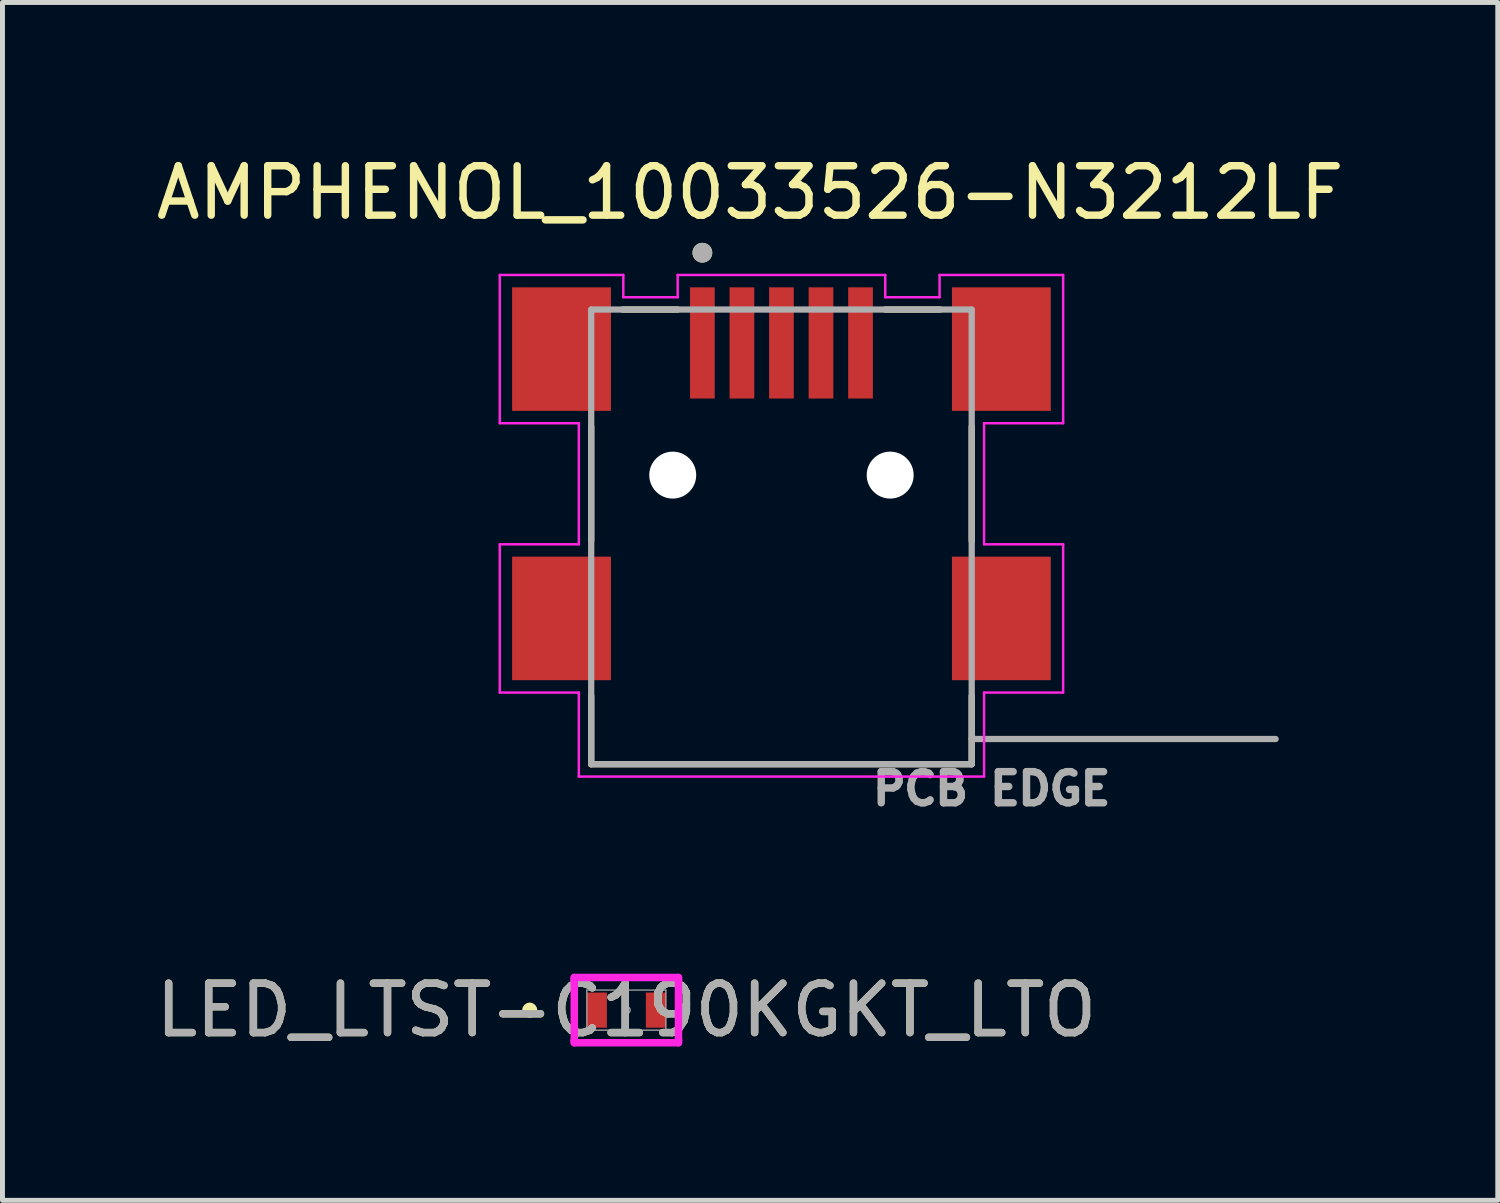
<source format=kicad_pcb>
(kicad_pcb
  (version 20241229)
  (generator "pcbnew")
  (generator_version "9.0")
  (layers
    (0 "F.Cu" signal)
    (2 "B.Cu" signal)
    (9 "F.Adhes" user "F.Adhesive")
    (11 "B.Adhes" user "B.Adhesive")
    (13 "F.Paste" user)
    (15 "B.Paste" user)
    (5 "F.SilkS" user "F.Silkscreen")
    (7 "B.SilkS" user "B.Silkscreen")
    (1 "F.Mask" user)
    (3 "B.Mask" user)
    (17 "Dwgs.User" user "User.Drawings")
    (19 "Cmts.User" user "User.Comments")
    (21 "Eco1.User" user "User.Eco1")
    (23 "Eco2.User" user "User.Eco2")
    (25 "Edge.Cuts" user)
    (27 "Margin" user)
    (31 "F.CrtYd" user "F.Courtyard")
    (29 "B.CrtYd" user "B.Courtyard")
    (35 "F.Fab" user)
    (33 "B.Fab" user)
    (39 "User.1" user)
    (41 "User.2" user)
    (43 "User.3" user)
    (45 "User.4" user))
  (footprint "AMPHENOL_10033526-N3212LF"
    (layer "F.Cu")
    (at 12.763 6.564)
    (property "Reference" "AMPHENOL_10033526-N3212LF" (at -0.634 -5.715 0) (layer "F.SilkS") (effects (font (size 1 1) (thickness 0.15))))
    (attr smd)
    (fp_line (start -3.85 1.33) (end -3.85 -0.98) (stroke (width 0.127) (type solid)) (layer "F.SilkS"))
    (fp_line (start -3.85 4.47) (end -3.85 5.85) (stroke (width 0.127) (type solid)) (layer "F.SilkS"))
    (fp_line (start -3.85 5.85) (end 3.85 5.85) (stroke (width 0.127) (type solid)) (layer "F.SilkS"))
    (fp_line (start -3.21 -3.35) (end -2.1 -3.35) (stroke (width 0.127) (type solid)) (layer "F.SilkS"))
    (fp_line (start 2.1 -3.35) (end 3.21 -3.35) (stroke (width 0.127) (type solid)) (layer "F.SilkS"))
    (fp_line (start 3.85 1.33) (end 3.85 -0.98) (stroke (width 0.127) (type solid)) (layer "F.SilkS"))
    (fp_line (start 3.85 5.85) (end 3.85 4.47) (stroke (width 0.127) (type solid)) (layer "F.SilkS"))
    (fp_circle (center -1.6 -4.5) (end -1.5 -4.5) (stroke (width 0.2) (type solid)) (fill no) (layer "F.SilkS"))
    (fp_line (start -5.7 -4.05) (end -3.2 -4.05) (stroke (width 0.05) (type solid)) (layer "F.CrtYd"))
    (fp_line (start -5.7 -1.05) (end -5.7 -4.05) (stroke (width 0.05) (type solid)) (layer "F.CrtYd"))
    (fp_line (start -5.7 1.4) (end -4.1 1.4) (stroke (width 0.05) (type solid)) (layer "F.CrtYd"))
    (fp_line (start -5.7 4.4) (end -5.7 1.4) (stroke (width 0.05) (type solid)) (layer "F.CrtYd"))
    (fp_line (start -4.1 -1.05) (end -5.7 -1.05) (stroke (width 0.05) (type solid)) (layer "F.CrtYd"))
    (fp_line (start -4.1 1.4) (end -4.1 -1.05) (stroke (width 0.05) (type solid)) (layer "F.CrtYd"))
    (fp_line (start -4.1 4.4) (end -5.7 4.4) (stroke (width 0.05) (type solid)) (layer "F.CrtYd"))
    (fp_line (start -4.1 6.1) (end -4.1 4.4) (stroke (width 0.05) (type solid)) (layer "F.CrtYd"))
    (fp_line (start -3.2 -4.05) (end -3.2 -3.6) (stroke (width 0.05) (type solid)) (layer "F.CrtYd"))
    (fp_line (start -3.2 -3.6) (end -2.1 -3.6) (stroke (width 0.05) (type solid)) (layer "F.CrtYd"))
    (fp_line (start -2.1 -4.05) (end 2.1 -4.05) (stroke (width 0.05) (type solid)) (layer "F.CrtYd"))
    (fp_line (start -2.1 -3.6) (end -2.1 -4.05) (stroke (width 0.05) (type solid)) (layer "F.CrtYd"))
    (fp_line (start 2.1 -4.05) (end 2.1 -3.6) (stroke (width 0.05) (type solid)) (layer "F.CrtYd"))
    (fp_line (start 2.1 -3.6) (end 3.2 -3.6) (stroke (width 0.05) (type solid)) (layer "F.CrtYd"))
    (fp_line (start 3.2 -4.05) (end 5.7 -4.05) (stroke (width 0.05) (type solid)) (layer "F.CrtYd"))
    (fp_line (start 3.2 -3.6) (end 3.2 -4.05) (stroke (width 0.05) (type solid)) (layer "F.CrtYd"))
    (fp_line (start 4.1 -1.05) (end 4.1 1.4) (stroke (width 0.05) (type solid)) (layer "F.CrtYd"))
    (fp_line (start 4.1 1.4) (end 5.7 1.4) (stroke (width 0.05) (type solid)) (layer "F.CrtYd"))
    (fp_line (start 4.1 4.4) (end 4.1 6.1) (stroke (width 0.05) (type solid)) (layer "F.CrtYd"))
    (fp_line (start 4.1 6.1) (end -4.1 6.1) (stroke (width 0.05) (type solid)) (layer "F.CrtYd"))
    (fp_line (start 5.7 -4.05) (end 5.7 -1.05) (stroke (width 0.05) (type solid)) (layer "F.CrtYd"))
    (fp_line (start 5.7 -1.05) (end 4.1 -1.05) (stroke (width 0.05) (type solid)) (layer "F.CrtYd"))
    (fp_line (start 5.7 1.4) (end 5.7 4.4) (stroke (width 0.05) (type solid)) (layer "F.CrtYd"))
    (fp_line (start 5.7 4.4) (end 4.1 4.4) (stroke (width 0.05) (type solid)) (layer "F.CrtYd"))
    (fp_line (start -3.85 -3.35) (end 3.85 -3.35) (stroke (width 0.127) (type solid)) (layer "F.Fab"))
    (fp_line (start -3.85 5.85) (end -3.85 -3.35) (stroke (width 0.127) (type solid)) (layer "F.Fab"))
    (fp_line (start 3.85 -3.35) (end 3.85 5.34) (stroke (width 0.127) (type solid)) (layer "F.Fab"))
    (fp_line (start 3.85 5.34) (end 3.85 5.85) (stroke (width 0.127) (type solid)) (layer "F.Fab"))
    (fp_line (start 3.85 5.34) (end 10 5.34) (stroke (width 0.127) (type solid)) (layer "F.Fab"))
    (fp_line (start 3.85 5.85) (end -3.85 5.85) (stroke (width 0.127) (type solid)) (layer "F.Fab"))
    (fp_circle (center -1.6 -4.5) (end -1.5 -4.5) (stroke (width 0.2) (type solid)) (fill no) (layer "F.Fab"))
    (fp_text user "PCB EDGE" (at 4.254 6.347 0) (layer "F.Fab") (effects (font (size 0.63 0.63) (thickness 0.15))))
    (pad "" np_thru_hole circle (at -2.2 0) (size 0.95 0.95) (drill 0.95) (layers "*.Cu" "*.Mask"))
    (pad "" np_thru_hole circle (at 2.2 0) (size 0.95 0.95) (drill 0.95) (layers "*.Cu" "*.Mask"))
    (pad "1" smd rect (at -1.6 -2.675) (size 0.5 2.25) (layers "F.Cu" "F.Mask" "F.Paste"))
    (pad "2" smd rect (at -0.8 -2.675) (size 0.5 2.25) (layers "F.Cu" "F.Mask" "F.Paste"))
    (pad "3" smd rect (at 0 -2.675) (size 0.5 2.25) (layers "F.Cu" "F.Mask" "F.Paste"))
    (pad "4" smd rect (at 0.8 -2.675) (size 0.5 2.25) (layers "F.Cu" "F.Mask" "F.Paste"))
    (pad "5" smd rect (at 1.6 -2.675) (size 0.5 2.25) (layers "F.Cu" "F.Mask" "F.Paste"))
    (pad "SH1" smd rect (at -4.45 -2.55) (size 2 2.5) (layers "F.Cu" "F.Mask" "F.Paste"))
    (pad "SH2" smd rect (at 4.45 -2.55) (size 2 2.5) (layers "F.Cu" "F.Mask" "F.Paste"))
    (pad "SH3" smd rect (at -4.45 2.9) (size 2 2.5) (layers "F.Cu" "F.Mask" "F.Paste"))
    (pad "SH4" smd rect (at 4.45 2.9) (size 2 2.5) (layers "F.Cu" "F.Mask" "F.Paste")))
  (footprint "LED_LTST-C190KGKT_LTO"
    (layer "F.Cu")
    (at 9.625 17.39)
    (property "Reference" "LED_LTST-C190KGKT_LTO" (at 0 0 0) (unlocked yes) (layer "F.SilkS") (effects (font (size 1 1) (thickness 0.15))))
    (attr smd)
    (fp_circle (center -1.956 0) (end -1.88 0) (stroke (width 0.152) (type solid)) (fill no) (layer "F.SilkS"))
    (fp_line (start -1.054 -0.66) (end 1.054 -0.66) (stroke (width 0.152) (type solid)) (layer "F.CrtYd"))
    (fp_line (start -1.054 -0.61) (end -1.054 -0.66) (stroke (width 0.152) (type solid)) (layer "F.CrtYd"))
    (fp_line (start -1.054 -0.61) (end -1.054 -0.61) (stroke (width 0.152) (type solid)) (layer "F.CrtYd"))
    (fp_line (start -1.054 0.61) (end -1.054 -0.61) (stroke (width 0.152) (type solid)) (layer "F.CrtYd"))
    (fp_line (start -1.054 0.61) (end -1.054 0.61) (stroke (width 0.152) (type solid)) (layer "F.CrtYd"))
    (fp_line (start -1.054 0.66) (end -1.054 0.61) (stroke (width 0.152) (type solid)) (layer "F.CrtYd"))
    (fp_line (start 1.054 -0.66) (end 1.054 -0.61) (stroke (width 0.152) (type solid)) (layer "F.CrtYd"))
    (fp_line (start 1.054 -0.61) (end 1.054 -0.61) (stroke (width 0.152) (type solid)) (layer "F.CrtYd"))
    (fp_line (start 1.054 -0.61) (end 1.054 0.61) (stroke (width 0.152) (type solid)) (layer "F.CrtYd"))
    (fp_line (start 1.054 0.61) (end 1.054 0.61) (stroke (width 0.152) (type solid)) (layer "F.CrtYd"))
    (fp_line (start 1.054 0.61) (end 1.054 0.66) (stroke (width 0.152) (type solid)) (layer "F.CrtYd"))
    (fp_line (start 1.054 0.66) (end -1.054 0.66) (stroke (width 0.152) (type solid)) (layer "F.CrtYd"))
    (fp_line (start -0.8 -0.406) (end -0.8 0.406) (stroke (width 0.025) (type solid)) (layer "F.Fab"))
    (fp_line (start -0.8 0.406) (end 0.8 0.406) (stroke (width 0.025) (type solid)) (layer "F.Fab"))
    (fp_line (start 0.8 -0.406) (end -0.8 -0.406) (stroke (width 0.025) (type solid)) (layer "F.Fab"))
    (fp_line (start 0.8 0.406) (end 0.8 -0.406) (stroke (width 0.025) (type solid)) (layer "F.Fab"))
    (fp_circle (center 0 0) (end 0.076 0) (stroke (width 0.025) (type solid)) (fill no) (layer "F.Fab"))
    (fp_text user "${REFERENCE}" (at 0 0 0) (unlocked yes) (layer "F.Fab") (effects (font (size 1 1) (thickness 0.15))))
    (pad "1" smd rect (at -0.597 0) (size 0.406 0.711) (layers "F.Cu" "F.Mask" "F.Paste"))
    (pad "2" smd rect (at 0.597 0) (size 0.406 0.711) (layers "F.Cu" "F.Mask" "F.Paste")))
  (gr_rect
    (start -3 -3)
    (end 27.258 21.239)
    (stroke (width 0.1) (type default))
    (fill no)
    (layer "Edge.Cuts")))
</source>
